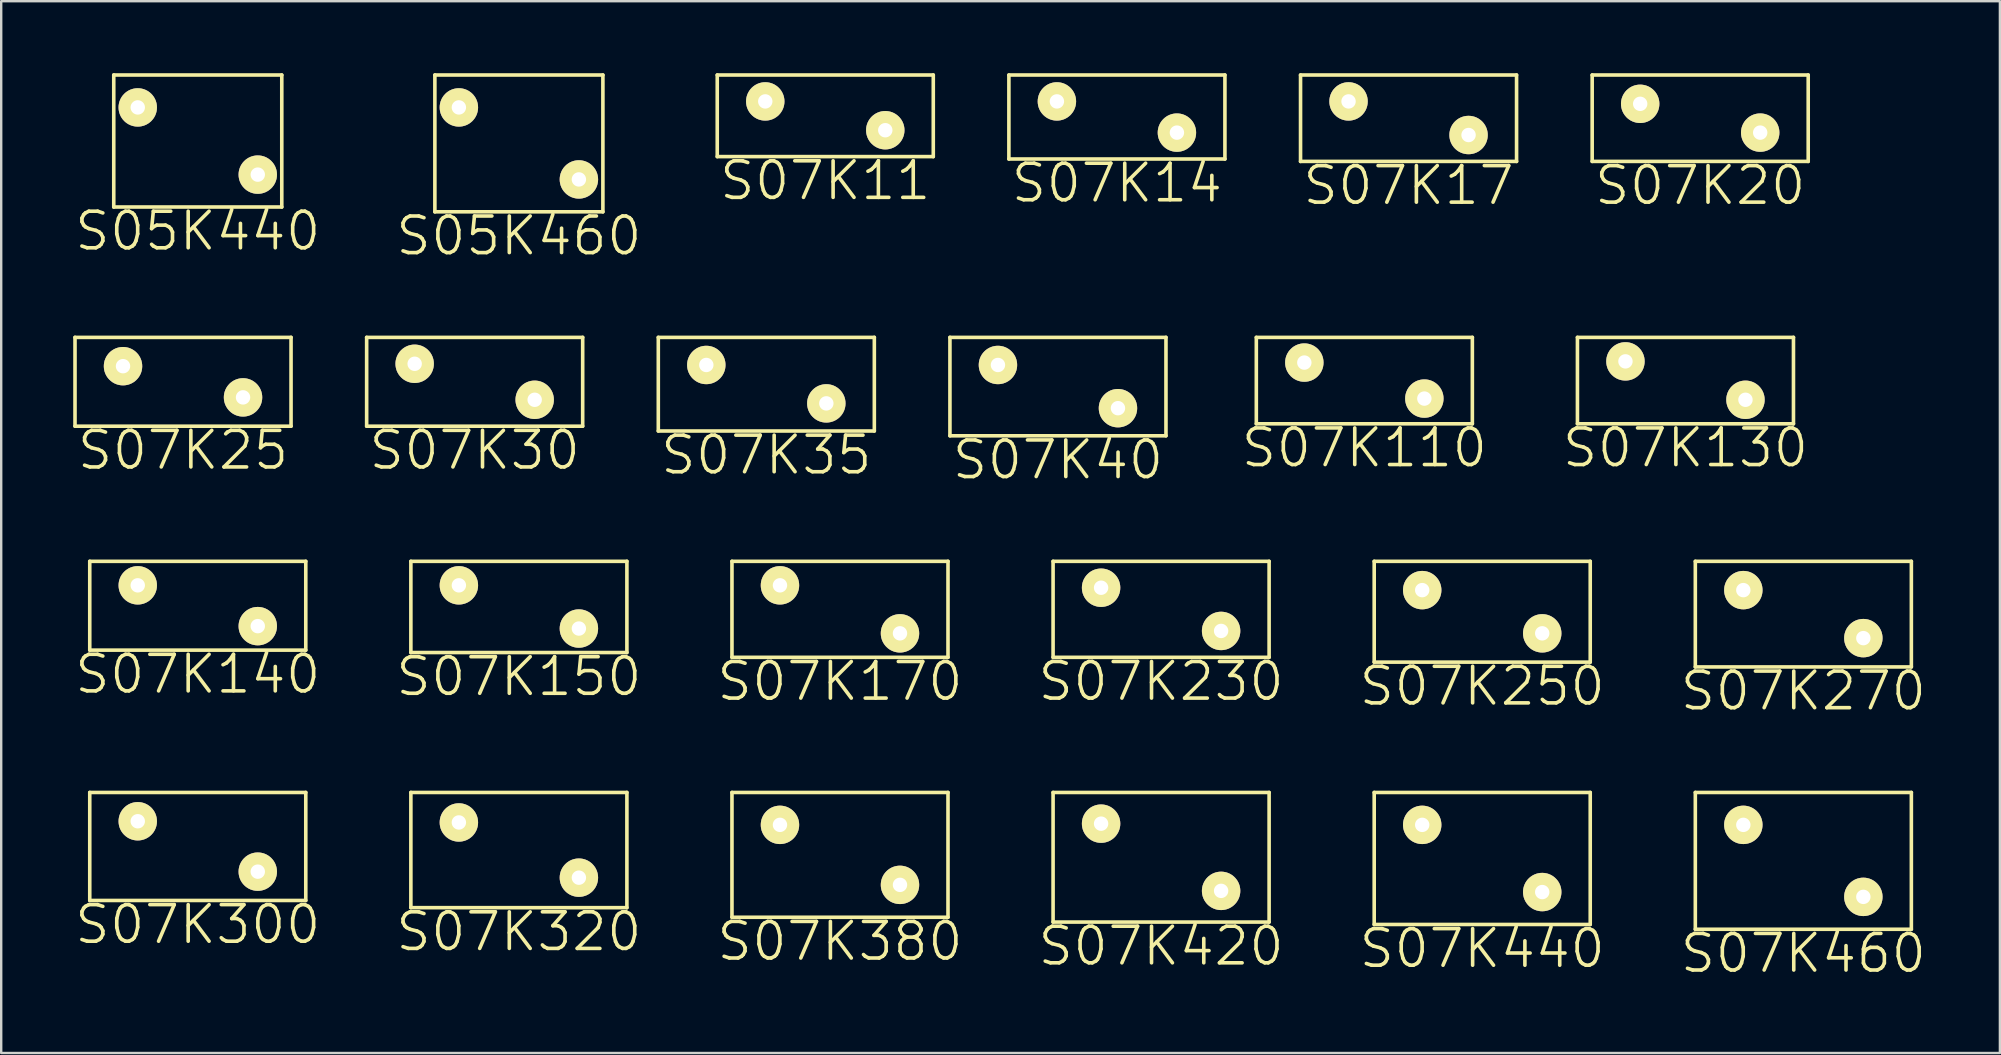
<source format=kicad_pcb>
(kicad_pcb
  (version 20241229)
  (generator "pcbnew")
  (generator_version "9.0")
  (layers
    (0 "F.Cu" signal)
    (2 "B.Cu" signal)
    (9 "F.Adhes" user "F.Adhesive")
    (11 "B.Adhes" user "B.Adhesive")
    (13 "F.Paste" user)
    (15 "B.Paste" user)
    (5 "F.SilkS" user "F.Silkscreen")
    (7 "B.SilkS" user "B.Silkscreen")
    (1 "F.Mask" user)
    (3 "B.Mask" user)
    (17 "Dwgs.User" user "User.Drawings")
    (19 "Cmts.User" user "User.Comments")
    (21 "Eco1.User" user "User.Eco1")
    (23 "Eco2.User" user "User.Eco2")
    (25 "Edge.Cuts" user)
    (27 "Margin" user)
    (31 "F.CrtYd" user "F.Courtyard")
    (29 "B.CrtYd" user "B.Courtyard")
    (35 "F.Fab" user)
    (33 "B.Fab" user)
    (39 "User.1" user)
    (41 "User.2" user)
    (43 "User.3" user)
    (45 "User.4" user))
  (footprint "S07K11"
    (layer "F.Cu")
    (at 28.831 1.175)
    (property "Reference" "S07K11" (at 2.5 3.3 0) (layer "F.SilkS") (effects (font (size 1.524 1.524) (thickness 0.15))))
    (attr through_hole)
    (fp_line (start -2 -1.1) (end -2 2.3) (stroke (width 0.15) (type solid)) (layer "F.SilkS"))
    (fp_line (start -2 -1.1) (end 7 -1.1) (stroke (width 0.15) (type solid)) (layer "F.SilkS"))
    (fp_line (start -2 2.3) (end 7 2.3) (stroke (width 0.15) (type solid)) (layer "F.SilkS"))
    (fp_line (start 7 -1.1) (end 7 2.3) (stroke (width 0.15) (type solid)) (layer "F.SilkS"))
    (pad "1" thru_hole circle (at 0 0) (size 1.6 1.6) (drill 0.6) (layers "*.Cu" "*.Mask" "F.SilkS"))
    (pad "2" thru_hole circle (at 5 1.2) (size 1.6 1.6) (drill 0.6) (layers "*.Cu" "*.Mask" "F.SilkS")))
  (footprint "S07K25"
    (layer "F.Cu")
    (at 2.075 12.205)
    (property "Reference" "S07K25" (at 2.5 3.5 0) (layer "F.SilkS") (effects (font (size 1.524 1.524) (thickness 0.15))))
    (attr through_hole)
    (fp_line (start -2 -1.2) (end -2 2.5) (stroke (width 0.15) (type solid)) (layer "F.SilkS"))
    (fp_line (start -2 -1.2) (end 7 -1.2) (stroke (width 0.15) (type solid)) (layer "F.SilkS"))
    (fp_line (start -2 2.5) (end 7 2.5) (stroke (width 0.15) (type solid)) (layer "F.SilkS"))
    (fp_line (start 7 -1.2) (end 7 2.5) (stroke (width 0.15) (type solid)) (layer "F.SilkS"))
    (pad "1" thru_hole circle (at 0 0) (size 1.6 1.6) (drill 0.6) (layers "*.Cu" "*.Mask" "F.SilkS"))
    (pad "2" thru_hole circle (at 5 1.3) (size 1.6 1.6) (drill 0.6) (layers "*.Cu" "*.Mask" "F.SilkS")))
  (footprint "S07K17"
    (layer "F.Cu")
    (at 53.131 1.175)
    (property "Reference" "S07K17" (at 2.5 3.5 0) (layer "F.SilkS") (effects (font (size 1.524 1.524) (thickness 0.15))))
    (attr through_hole)
    (fp_line (start -2 -1.1) (end -2 2.5) (stroke (width 0.15) (type solid)) (layer "F.SilkS"))
    (fp_line (start -2 -1.1) (end 7 -1.1) (stroke (width 0.15) (type solid)) (layer "F.SilkS"))
    (fp_line (start -2 2.5) (end 7 2.5) (stroke (width 0.15) (type solid)) (layer "F.SilkS"))
    (fp_line (start 7 -1.1) (end 7 2.5) (stroke (width 0.15) (type solid)) (layer "F.SilkS"))
    (pad "1" thru_hole circle (at 0 0) (size 1.6 1.6) (drill 0.6) (layers "*.Cu" "*.Mask" "F.SilkS"))
    (pad "2" thru_hole circle (at 5 1.4) (size 1.6 1.6) (drill 0.6) (layers "*.Cu" "*.Mask" "F.SilkS")))
  (footprint "S07K140"
    (layer "F.Cu")
    (at 2.689 21.335)
    (property "Reference" "S07K140" (at 2.5 3.7 0) (layer "F.SilkS") (effects (font (size 1.524 1.524) (thickness 0.15))))
    (attr through_hole)
    (fp_line (start -2 -1) (end -2 2.7) (stroke (width 0.15) (type solid)) (layer "F.SilkS"))
    (fp_line (start -2 -1) (end 7 -1) (stroke (width 0.15) (type solid)) (layer "F.SilkS"))
    (fp_line (start -2 2.7) (end 7 2.7) (stroke (width 0.15) (type solid)) (layer "F.SilkS"))
    (fp_line (start 7 -1) (end 7 2.7) (stroke (width 0.15) (type solid)) (layer "F.SilkS"))
    (pad "1" thru_hole circle (at 0 0) (size 1.6 1.6) (drill 0.6) (layers "*.Cu" "*.Mask" "F.SilkS"))
    (pad "2" thru_hole circle (at 5 1.7) (size 1.6 1.6) (drill 0.6) (layers "*.Cu" "*.Mask" "F.SilkS")))
  (footprint "S07K130"
    (layer "F.Cu")
    (at 64.667 12.005)
    (property "Reference" "S07K130" (at 2.5 3.6 0) (layer "F.SilkS") (effects (font (size 1.524 1.524) (thickness 0.15))))
    (attr through_hole)
    (fp_line (start -2 -1) (end -2 2.6) (stroke (width 0.15) (type solid)) (layer "F.SilkS"))
    (fp_line (start -2 -1) (end 7 -1) (stroke (width 0.15) (type solid)) (layer "F.SilkS"))
    (fp_line (start -2 2.6) (end 7 2.6) (stroke (width 0.15) (type solid)) (layer "F.SilkS"))
    (fp_line (start 7 -1) (end 7 2.6) (stroke (width 0.15) (type solid)) (layer "F.SilkS"))
    (pad "1" thru_hole circle (at 0 0) (size 1.6 1.6) (drill 0.6) (layers "*.Cu" "*.Mask" "F.SilkS"))
    (pad "2" thru_hole circle (at 5 1.6) (size 1.6 1.6) (drill 0.6) (layers "*.Cu" "*.Mask" "F.SilkS")))
  (footprint "S07K270"
    (layer "F.Cu")
    (at 69.578 21.535)
    (property "Reference" "S07K270" (at 2.5 4.2 0) (layer "F.SilkS") (effects (font (size 1.524 1.524) (thickness 0.15))))
    (attr through_hole)
    (fp_line (start -2 -1.2) (end -2 3.2) (stroke (width 0.15) (type solid)) (layer "F.SilkS"))
    (fp_line (start -2 -1.2) (end 7 -1.2) (stroke (width 0.15) (type solid)) (layer "F.SilkS"))
    (fp_line (start -2 3.2) (end 7 3.2) (stroke (width 0.15) (type solid)) (layer "F.SilkS"))
    (fp_line (start 7 -1.2) (end 7 3.2) (stroke (width 0.15) (type solid)) (layer "F.SilkS"))
    (pad "1" thru_hole circle (at 0 0) (size 1.6 1.6) (drill 0.6) (layers "*.Cu" "*.Mask" "F.SilkS"))
    (pad "2" thru_hole circle (at 5 2) (size 1.6 1.6) (drill 0.6) (layers "*.Cu" "*.Mask" "F.SilkS")))
  (footprint "S07K460"
    (layer "F.Cu")
    (at 69.578 31.314)
    (property "Reference" "S07K460" (at 2.5 5.35 0) (layer "F.SilkS") (effects (font (size 1.524 1.524) (thickness 0.15))))
    (attr through_hole)
    (fp_line (start -2 -1.35) (end -2 4.35) (stroke (width 0.15) (type solid)) (layer "F.SilkS"))
    (fp_line (start -2 -1.35) (end 7 -1.35) (stroke (width 0.15) (type solid)) (layer "F.SilkS"))
    (fp_line (start -2 4.35) (end 7 4.35) (stroke (width 0.15) (type solid)) (layer "F.SilkS"))
    (fp_line (start 7 -1.35) (end 7 4.35) (stroke (width 0.15) (type solid)) (layer "F.SilkS"))
    (pad "1" thru_hole circle (at 0 0) (size 1.6 1.6) (drill 0.6) (layers "*.Cu" "*.Mask" "F.SilkS"))
    (pad "2" thru_hole circle (at 5 3) (size 1.6 1.6) (drill 0.6) (layers "*.Cu" "*.Mask" "F.SilkS")))
  (footprint "S07K40"
    (layer "F.Cu")
    (at 38.525 12.155)
    (property "Reference" "S07K40" (at 2.5 3.95 0) (layer "F.SilkS") (effects (font (size 1.524 1.524) (thickness 0.15))))
    (attr through_hole)
    (fp_line (start -2 -1.15) (end -2 2.95) (stroke (width 0.15) (type solid)) (layer "F.SilkS"))
    (fp_line (start -2 -1.15) (end 7 -1.15) (stroke (width 0.15) (type solid)) (layer "F.SilkS"))
    (fp_line (start -2 2.95) (end 7 2.95) (stroke (width 0.15) (type solid)) (layer "F.SilkS"))
    (fp_line (start 7 -1.15) (end 7 2.95) (stroke (width 0.15) (type solid)) (layer "F.SilkS"))
    (pad "1" thru_hole circle (at 0 0) (size 1.6 1.6) (drill 0.6) (layers "*.Cu" "*.Mask" "F.SilkS"))
    (pad "2" thru_hole circle (at 5 1.8) (size 1.6 1.6) (drill 0.6) (layers "*.Cu" "*.Mask" "F.SilkS")))
  (footprint "S07K380"
    (layer "F.Cu")
    (at 29.444 31.314)
    (property "Reference" "S07K380" (at 2.5 4.85 0) (layer "F.SilkS") (effects (font (size 1.524 1.524) (thickness 0.15))))
    (attr through_hole)
    (fp_line (start -2 -1.35) (end -2 3.85) (stroke (width 0.15) (type solid)) (layer "F.SilkS"))
    (fp_line (start -2 -1.35) (end 7 -1.35) (stroke (width 0.15) (type solid)) (layer "F.SilkS"))
    (fp_line (start -2 3.85) (end 7 3.85) (stroke (width 0.15) (type solid)) (layer "F.SilkS"))
    (fp_line (start 7 -1.35) (end 7 3.85) (stroke (width 0.15) (type solid)) (layer "F.SilkS"))
    (pad "1" thru_hole circle (at 0 0) (size 1.6 1.6) (drill 0.6) (layers "*.Cu" "*.Mask" "F.SilkS"))
    (pad "2" thru_hole circle (at 5 2.5) (size 1.6 1.6) (drill 0.6) (layers "*.Cu" "*.Mask" "F.SilkS")))
  (footprint "S07K440"
    (layer "F.Cu")
    (at 56.2 31.314)
    (property "Reference" "S07K440" (at 2.5 5.15 0) (layer "F.SilkS") (effects (font (size 1.524 1.524) (thickness 0.15))))
    (attr through_hole)
    (fp_line (start -2 -1.35) (end -2 4.15) (stroke (width 0.15) (type solid)) (layer "F.SilkS"))
    (fp_line (start -2 -1.35) (end 7 -1.35) (stroke (width 0.15) (type solid)) (layer "F.SilkS"))
    (fp_line (start -2 4.15) (end 7 4.15) (stroke (width 0.15) (type solid)) (layer "F.SilkS"))
    (fp_line (start 7 -1.35) (end 7 4.15) (stroke (width 0.15) (type solid)) (layer "F.SilkS"))
    (pad "1" thru_hole circle (at 0 0) (size 1.6 1.6) (drill 0.6) (layers "*.Cu" "*.Mask" "F.SilkS"))
    (pad "2" thru_hole circle (at 5 2.8) (size 1.6 1.6) (drill 0.6) (layers "*.Cu" "*.Mask" "F.SilkS")))
  (footprint "S07K150"
    (layer "F.Cu")
    (at 16.067 21.335)
    (property "Reference" "S07K150" (at 2.5 3.8 0) (layer "F.SilkS") (effects (font (size 1.524 1.524) (thickness 0.15))))
    (attr through_hole)
    (fp_line (start -2 -1) (end -2 2.8) (stroke (width 0.15) (type solid)) (layer "F.SilkS"))
    (fp_line (start -2 -1) (end 7 -1) (stroke (width 0.15) (type solid)) (layer "F.SilkS"))
    (fp_line (start -2 2.8) (end 7 2.8) (stroke (width 0.15) (type solid)) (layer "F.SilkS"))
    (fp_line (start 7 -1) (end 7 2.8) (stroke (width 0.15) (type solid)) (layer "F.SilkS"))
    (pad "1" thru_hole circle (at 0 0) (size 1.6 1.6) (drill 0.6) (layers "*.Cu" "*.Mask" "F.SilkS"))
    (pad "2" thru_hole circle (at 5 1.8) (size 1.6 1.6) (drill 0.6) (layers "*.Cu" "*.Mask" "F.SilkS")))
  (footprint "S05K460"
    (layer "F.Cu")
    (at 16.067 1.425)
    (property "Reference" "S05K460" (at 2.5 5.35 0) (layer "F.SilkS") (effects (font (size 1.524 1.524) (thickness 0.15))))
    (attr through_hole)
    (fp_line (start -1 -1.35) (end -1 4.35) (stroke (width 0.15) (type solid)) (layer "F.SilkS"))
    (fp_line (start -1 -1.35) (end 6 -1.35) (stroke (width 0.15) (type solid)) (layer "F.SilkS"))
    (fp_line (start -1 4.35) (end 6 4.35) (stroke (width 0.15) (type solid)) (layer "F.SilkS"))
    (fp_line (start 6 -1.35) (end 6 4.35) (stroke (width 0.15) (type solid)) (layer "F.SilkS"))
    (pad "1" thru_hole circle (at 0 0) (size 1.6 1.6) (drill 0.6) (layers "*.Cu" "*.Mask" "F.SilkS"))
    (pad "2" thru_hole circle (at 5 3) (size 1.6 1.6) (drill 0.6) (layers "*.Cu" "*.Mask" "F.SilkS")))
  (footprint "S05K440"
    (layer "F.Cu")
    (at 2.689 1.425)
    (property "Reference" "S05K440" (at 2.5 5.15 0) (layer "F.SilkS") (effects (font (size 1.524 1.524) (thickness 0.15))))
    (attr through_hole)
    (fp_line (start -1 -1.35) (end -1 4.15) (stroke (width 0.15) (type solid)) (layer "F.SilkS"))
    (fp_line (start -1 -1.35) (end 6 -1.35) (stroke (width 0.15) (type solid)) (layer "F.SilkS"))
    (fp_line (start -1 4.15) (end 6 4.15) (stroke (width 0.15) (type solid)) (layer "F.SilkS"))
    (fp_line (start 6 -1.35) (end 6 4.15) (stroke (width 0.15) (type solid)) (layer "F.SilkS"))
    (pad "1" thru_hole circle (at 0 0) (size 1.6 1.6) (drill 0.6) (layers "*.Cu" "*.Mask" "F.SilkS"))
    (pad "2" thru_hole circle (at 5 2.8) (size 1.6 1.6) (drill 0.6) (layers "*.Cu" "*.Mask" "F.SilkS")))
  (footprint "S07K170"
    (layer "F.Cu")
    (at 29.444 21.335)
    (property "Reference" "S07K170" (at 2.5 4 0) (layer "F.SilkS") (effects (font (size 1.524 1.524) (thickness 0.15))))
    (attr through_hole)
    (fp_line (start -2 -1) (end -2 3) (stroke (width 0.15) (type solid)) (layer "F.SilkS"))
    (fp_line (start -2 -1) (end 7 -1) (stroke (width 0.15) (type solid)) (layer "F.SilkS"))
    (fp_line (start -2 3) (end 7 3) (stroke (width 0.15) (type solid)) (layer "F.SilkS"))
    (fp_line (start 7 -1) (end 7 3) (stroke (width 0.15) (type solid)) (layer "F.SilkS"))
    (pad "1" thru_hole circle (at 0 0) (size 1.6 1.6) (drill 0.6) (layers "*.Cu" "*.Mask" "F.SilkS"))
    (pad "2" thru_hole circle (at 5 2) (size 1.6 1.6) (drill 0.6) (layers "*.Cu" "*.Mask" "F.SilkS")))
  (footprint "S07K35"
    (layer "F.Cu")
    (at 26.375 12.155)
    (property "Reference" "S07K35" (at 2.5 3.75 0) (layer "F.SilkS") (effects (font (size 1.524 1.524) (thickness 0.15))))
    (attr through_hole)
    (fp_line (start -2 -1.15) (end -2 2.75) (stroke (width 0.15) (type solid)) (layer "F.SilkS"))
    (fp_line (start -2 -1.15) (end 7 -1.15) (stroke (width 0.15) (type solid)) (layer "F.SilkS"))
    (fp_line (start -2 2.75) (end 7 2.75) (stroke (width 0.15) (type solid)) (layer "F.SilkS"))
    (fp_line (start 7 -1.15) (end 7 2.75) (stroke (width 0.15) (type solid)) (layer "F.SilkS"))
    (pad "1" thru_hole circle (at 0 0) (size 1.6 1.6) (drill 0.6) (layers "*.Cu" "*.Mask" "F.SilkS"))
    (pad "2" thru_hole circle (at 5 1.6) (size 1.6 1.6) (drill 0.6) (layers "*.Cu" "*.Mask" "F.SilkS")))
  (footprint "S07K14"
    (layer "F.Cu")
    (at 40.981 1.175)
    (property "Reference" "S07K14" (at 2.5 3.4 0) (layer "F.SilkS") (effects (font (size 1.524 1.524) (thickness 0.15))))
    (attr through_hole)
    (fp_line (start -2 -1.1) (end -2 2.4) (stroke (width 0.15) (type solid)) (layer "F.SilkS"))
    (fp_line (start -2 -1.1) (end 7 -1.1) (stroke (width 0.15) (type solid)) (layer "F.SilkS"))
    (fp_line (start -2 2.4) (end 7 2.4) (stroke (width 0.15) (type solid)) (layer "F.SilkS"))
    (fp_line (start 7 -1.1) (end 7 2.4) (stroke (width 0.15) (type solid)) (layer "F.SilkS"))
    (pad "1" thru_hole circle (at 0 0) (size 1.6 1.6) (drill 0.6) (layers "*.Cu" "*.Mask" "F.SilkS"))
    (pad "2" thru_hole circle (at 5 1.3) (size 1.6 1.6) (drill 0.6) (layers "*.Cu" "*.Mask" "F.SilkS")))
  (footprint "S07K230"
    (layer "F.Cu")
    (at 42.822 21.435)
    (property "Reference" "S07K230" (at 2.5 3.9 0) (layer "F.SilkS") (effects (font (size 1.524 1.524) (thickness 0.15))))
    (attr through_hole)
    (fp_line (start -2 -1.1) (end -2 2.9) (stroke (width 0.15) (type solid)) (layer "F.SilkS"))
    (fp_line (start -2 -1.1) (end 7 -1.1) (stroke (width 0.15) (type solid)) (layer "F.SilkS"))
    (fp_line (start -2 2.9) (end 7 2.9) (stroke (width 0.15) (type solid)) (layer "F.SilkS"))
    (fp_line (start 7 -1.1) (end 7 2.9) (stroke (width 0.15) (type solid)) (layer "F.SilkS"))
    (pad "1" thru_hole circle (at 0 0) (size 1.6 1.6) (drill 0.6) (layers "*.Cu" "*.Mask" "F.SilkS"))
    (pad "2" thru_hole circle (at 5 1.8) (size 1.6 1.6) (drill 0.6) (layers "*.Cu" "*.Mask" "F.SilkS")))
  (footprint "S07K250"
    (layer "F.Cu")
    (at 56.2 21.535)
    (property "Reference" "S07K250" (at 2.5 4 0) (layer "F.SilkS") (effects (font (size 1.524 1.524) (thickness 0.15))))
    (attr through_hole)
    (fp_line (start -2 -1.2) (end -2 3) (stroke (width 0.15) (type solid)) (layer "F.SilkS"))
    (fp_line (start -2 -1.2) (end 7 -1.2) (stroke (width 0.15) (type solid)) (layer "F.SilkS"))
    (fp_line (start -2 3) (end 7 3) (stroke (width 0.15) (type solid)) (layer "F.SilkS"))
    (fp_line (start 7 -1.2) (end 7 3) (stroke (width 0.15) (type solid)) (layer "F.SilkS"))
    (pad "1" thru_hole circle (at 0 0) (size 1.6 1.6) (drill 0.6) (layers "*.Cu" "*.Mask" "F.SilkS"))
    (pad "2" thru_hole circle (at 5 1.8) (size 1.6 1.6) (drill 0.6) (layers "*.Cu" "*.Mask" "F.SilkS")))
  (footprint "S07K420"
    (layer "F.Cu")
    (at 42.822 31.264)
    (property "Reference" "S07K420" (at 2.5 5.1 0) (layer "F.SilkS") (effects (font (size 1.524 1.524) (thickness 0.15))))
    (attr through_hole)
    (fp_line (start -2 -1.3) (end -2 4.1) (stroke (width 0.15) (type solid)) (layer "F.SilkS"))
    (fp_line (start -2 -1.3) (end 7 -1.3) (stroke (width 0.15) (type solid)) (layer "F.SilkS"))
    (fp_line (start -2 4.1) (end 7 4.1) (stroke (width 0.15) (type solid)) (layer "F.SilkS"))
    (fp_line (start 7 -1.3) (end 7 4.1) (stroke (width 0.15) (type solid)) (layer "F.SilkS"))
    (pad "1" thru_hole circle (at 0 0) (size 1.6 1.6) (drill 0.6) (layers "*.Cu" "*.Mask" "F.SilkS"))
    (pad "2" thru_hole circle (at 5 2.8) (size 1.6 1.6) (drill 0.6) (layers "*.Cu" "*.Mask" "F.SilkS")))
  (footprint "S07K300"
    (layer "F.Cu")
    (at 2.689 31.164)
    (property "Reference" "S07K300" (at 2.5 4.3 0) (layer "F.SilkS") (effects (font (size 1.524 1.524) (thickness 0.15))))
    (attr through_hole)
    (fp_line (start -2 -1.2) (end -2 3.3) (stroke (width 0.15) (type solid)) (layer "F.SilkS"))
    (fp_line (start -2 -1.2) (end 7 -1.2) (stroke (width 0.15) (type solid)) (layer "F.SilkS"))
    (fp_line (start -2 3.3) (end 7 3.3) (stroke (width 0.15) (type solid)) (layer "F.SilkS"))
    (fp_line (start 7 -1.2) (end 7 3.3) (stroke (width 0.15) (type solid)) (layer "F.SilkS"))
    (pad "1" thru_hole circle (at 0 0) (size 1.6 1.6) (drill 0.6) (layers "*.Cu" "*.Mask" "F.SilkS"))
    (pad "2" thru_hole circle (at 5 2.1) (size 1.6 1.6) (drill 0.6) (layers "*.Cu" "*.Mask" "F.SilkS")))
  (footprint "S07K30"
    (layer "F.Cu")
    (at 14.225 12.105)
    (property "Reference" "S07K30" (at 2.5 3.6 0) (layer "F.SilkS") (effects (font (size 1.524 1.524) (thickness 0.15))))
    (attr through_hole)
    (fp_line (start -2 -1.1) (end -2 2.6) (stroke (width 0.15) (type solid)) (layer "F.SilkS"))
    (fp_line (start -2 -1.1) (end 7 -1.1) (stroke (width 0.15) (type solid)) (layer "F.SilkS"))
    (fp_line (start -2 2.6) (end 7 2.6) (stroke (width 0.15) (type solid)) (layer "F.SilkS"))
    (fp_line (start 7 -1.1) (end 7 2.6) (stroke (width 0.15) (type solid)) (layer "F.SilkS"))
    (pad "1" thru_hole circle (at 0 0) (size 1.6 1.6) (drill 0.6) (layers "*.Cu" "*.Mask" "F.SilkS"))
    (pad "2" thru_hole circle (at 5 1.5) (size 1.6 1.6) (drill 0.6) (layers "*.Cu" "*.Mask" "F.SilkS")))
  (footprint "S07K110"
    (layer "F.Cu")
    (at 51.289 12.055)
    (property "Reference" "S07K110" (at 2.5 3.55 0) (layer "F.SilkS") (effects (font (size 1.524 1.524) (thickness 0.15))))
    (attr through_hole)
    (fp_line (start -2 -1.05) (end -2 2.55) (stroke (width 0.15) (type solid)) (layer "F.SilkS"))
    (fp_line (start -2 -1.05) (end 7 -1.05) (stroke (width 0.15) (type solid)) (layer "F.SilkS"))
    (fp_line (start -2 2.55) (end 7 2.55) (stroke (width 0.15) (type solid)) (layer "F.SilkS"))
    (fp_line (start 7 -1.05) (end 7 2.55) (stroke (width 0.15) (type solid)) (layer "F.SilkS"))
    (pad "1" thru_hole circle (at 0 0) (size 1.6 1.6) (drill 0.6) (layers "*.Cu" "*.Mask" "F.SilkS"))
    (pad "2" thru_hole circle (at 5 1.5) (size 1.6 1.6) (drill 0.6) (layers "*.Cu" "*.Mask" "F.SilkS")))
  (footprint "S07K320"
    (layer "F.Cu")
    (at 16.067 31.214)
    (property "Reference" "S07K320" (at 2.5 4.55 0) (layer "F.SilkS") (effects (font (size 1.524 1.524) (thickness 0.15))))
    (attr through_hole)
    (fp_line (start -2 -1.25) (end -2 3.55) (stroke (width 0.15) (type solid)) (layer "F.SilkS"))
    (fp_line (start -2 -1.25) (end 7 -1.25) (stroke (width 0.15) (type solid)) (layer "F.SilkS"))
    (fp_line (start -2 3.55) (end 7 3.55) (stroke (width 0.15) (type solid)) (layer "F.SilkS"))
    (fp_line (start 7 -1.25) (end 7 3.55) (stroke (width 0.15) (type solid)) (layer "F.SilkS"))
    (pad "1" thru_hole circle (at 0 0) (size 1.6 1.6) (drill 0.6) (layers "*.Cu" "*.Mask" "F.SilkS"))
    (pad "2" thru_hole circle (at 5 2.3) (size 1.6 1.6) (drill 0.6) (layers "*.Cu" "*.Mask" "F.SilkS")))
  (footprint "S07K20"
    (layer "F.Cu")
    (at 65.281 1.275)
    (property "Reference" "S07K20" (at 2.5 3.4 0) (layer "F.SilkS") (effects (font (size 1.524 1.524) (thickness 0.15))))
    (attr through_hole)
    (fp_line (start -2 -1.2) (end -2 2.4) (stroke (width 0.15) (type solid)) (layer "F.SilkS"))
    (fp_line (start -2 -1.2) (end 7 -1.2) (stroke (width 0.15) (type solid)) (layer "F.SilkS"))
    (fp_line (start -2 2.4) (end 7 2.4) (stroke (width 0.15) (type solid)) (layer "F.SilkS"))
    (fp_line (start 7 -1.2) (end 7 2.4) (stroke (width 0.15) (type solid)) (layer "F.SilkS"))
    (pad "1" thru_hole circle (at 0 0) (size 1.6 1.6) (drill 0.6) (layers "*.Cu" "*.Mask" "F.SilkS"))
    (pad "2" thru_hole circle (at 5 1.2) (size 1.6 1.6) (drill 0.6) (layers "*.Cu" "*.Mask" "F.SilkS")))
  (gr_rect
    (start -3 -3)
    (end 80.267 40.819)
    (stroke (width 0.1) (type default))
    (fill no)
    (layer "Edge.Cuts")))
</source>
